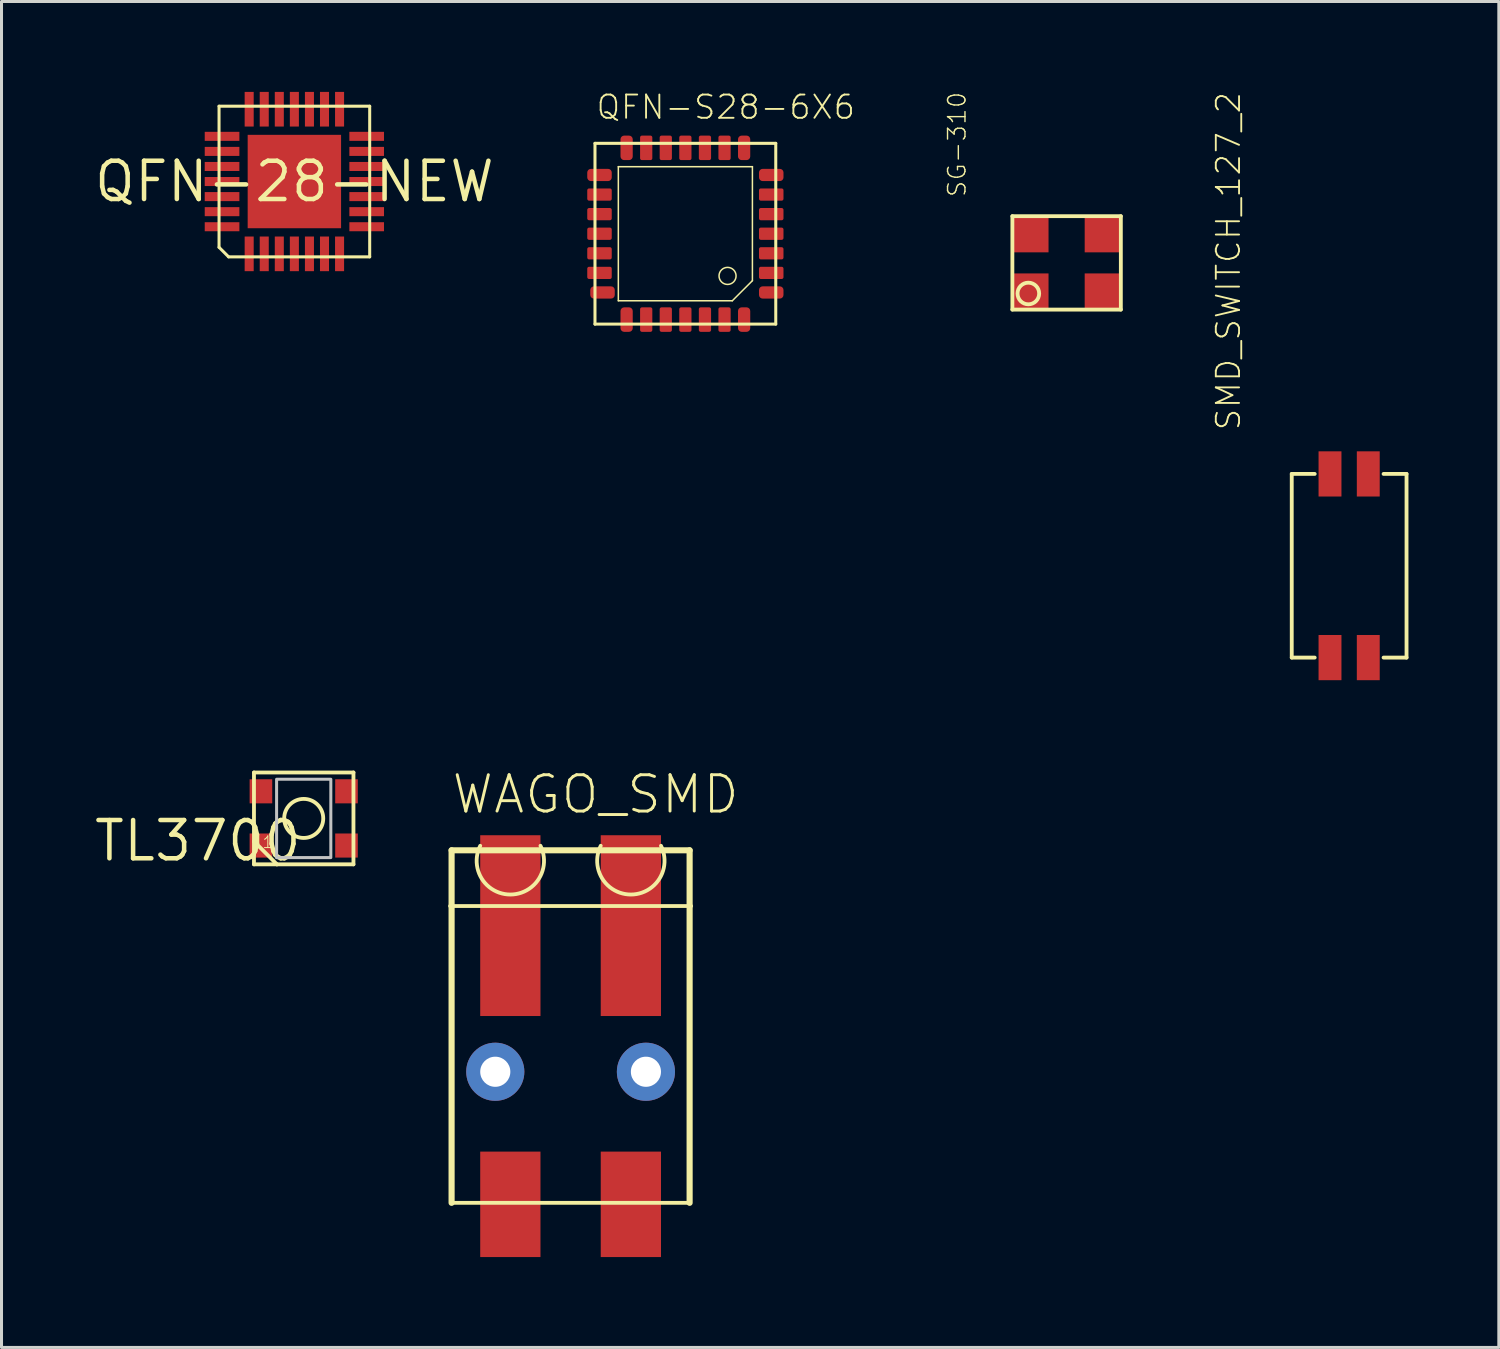
<source format=kicad_pcb>
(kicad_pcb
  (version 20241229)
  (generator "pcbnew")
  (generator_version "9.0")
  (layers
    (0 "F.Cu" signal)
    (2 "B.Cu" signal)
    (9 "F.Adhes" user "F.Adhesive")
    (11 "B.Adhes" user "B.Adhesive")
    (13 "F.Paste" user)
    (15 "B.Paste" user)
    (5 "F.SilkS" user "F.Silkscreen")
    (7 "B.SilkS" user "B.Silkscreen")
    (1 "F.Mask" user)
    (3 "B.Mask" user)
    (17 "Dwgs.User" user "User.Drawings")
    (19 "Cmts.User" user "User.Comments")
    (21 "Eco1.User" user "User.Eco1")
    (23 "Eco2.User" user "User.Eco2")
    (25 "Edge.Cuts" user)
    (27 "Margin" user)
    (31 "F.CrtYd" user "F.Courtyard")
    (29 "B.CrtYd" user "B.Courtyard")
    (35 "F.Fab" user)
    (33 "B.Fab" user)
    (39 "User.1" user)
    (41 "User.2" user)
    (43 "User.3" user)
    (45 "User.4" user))
  (footprint "TL3700"
    (layer "F.Cu")
    (at 7.03 24.113)
    (property "Reference" "TL3700" (at 0 0 0) (layer "F.SilkS") (effects (font (size 1.27 1.27) (thickness 0.15)) (justify right top)))
    (attr through_hole)
    (fp_line (start -1.651 -1.524) (end 1.651 -1.524) (stroke (width 0.127) (type solid)) (layer "F.SilkS"))
    (fp_line (start -1.651 0.762) (end -1.651 -1.524) (stroke (width 0.127) (type solid)) (layer "F.SilkS"))
    (fp_line (start -1.651 0.762) (end -0.889 1.524) (stroke (width 0.127) (type solid)) (layer "F.SilkS"))
    (fp_line (start -1.651 1.524) (end -1.651 0.762) (stroke (width 0.127) (type solid)) (layer "F.SilkS"))
    (fp_line (start -0.889 1.524) (end -1.651 1.524) (stroke (width 0.127) (type solid)) (layer "F.SilkS"))
    (fp_line (start 1.651 -1.524) (end 1.651 1.524) (stroke (width 0.127) (type solid)) (layer "F.SilkS"))
    (fp_line (start 1.651 1.524) (end -0.889 1.524) (stroke (width 0.127) (type solid)) (layer "F.SilkS"))
    (fp_circle (center 0 0) (end 0.648 0) (stroke (width 0.127) (type solid)) (fill no) (layer "F.SilkS"))
    (fp_poly (pts (xy -0.9 1.3) (xy 0.9 1.3) (xy 0.9 -1.3) (xy -0.9 -1.3)) (stroke (width 0.1) (type solid)) (fill no) (layer "Dwgs.User"))
    (fp_text user "1" (at -1.397 1.016 0) (layer "F.SilkS") (effects (font (size 0.386 0.386) (thickness 0.033)) (justify left bottom)))
    (pad "1" smd rect (at -1.42 0.9 90) (size 0.8 0.75) (layers "F.Cu" "F.Mask" "F.Paste"))
    (pad "2" smd rect (at 1.42 0.9 90) (size 0.8 0.75) (layers "F.Cu" "F.Mask" "F.Paste"))
    (pad "3" smd rect (at -1.42 -0.9 90) (size 0.8 0.75) (layers "F.Cu" "F.Mask" "F.Paste"))
    (pad "4" smd rect (at 1.42 -0.9 90) (size 0.8 0.75) (layers "F.Cu" "F.Mask" "F.Paste")))
  (footprint "QFN-28-NEW"
    (layer "F.Cu")
    (at 6.72 2.975)
    (property "Reference" "QFN-28-NEW" (at 0 0 0) (layer "F.SilkS") (effects (font (size 1.27 1.27) (thickness 0.15))))
    (attr through_hole)
    (fp_line (start -2.5 -2.5) (end 2.5 -2.5) (stroke (width 0.1) (type solid)) (layer "F.SilkS"))
    (fp_line (start -2.5 2.183) (end -2.5 -2.5) (stroke (width 0.1) (type solid)) (layer "F.SilkS"))
    (fp_line (start -2.183 2.5) (end -2.5 2.183) (stroke (width 0.1) (type solid)) (layer "F.SilkS"))
    (fp_line (start 2.5 -2.5) (end 2.5 2.5) (stroke (width 0.1) (type solid)) (layer "F.SilkS"))
    (fp_line (start 2.5 2.5) (end -2.183 2.5) (stroke (width 0.1) (type solid)) (layer "F.SilkS"))
    (pad "1" smd rect (at -1.5 2.4 270) (size 1.15 0.3) (layers "F.Cu" "F.Mask" "F.Paste"))
    (pad "2" smd rect (at -1 2.4 270) (size 1.15 0.3) (layers "F.Cu" "F.Mask" "F.Paste"))
    (pad "3" smd rect (at -0.5 2.4 270) (size 1.15 0.3) (layers "F.Cu" "F.Mask" "F.Paste"))
    (pad "4" smd rect (at 0 2.4 270) (size 1.15 0.3) (layers "F.Cu" "F.Mask" "F.Paste"))
    (pad "5" smd rect (at 0.5 2.4 270) (size 1.15 0.3) (layers "F.Cu" "F.Mask" "F.Paste"))
    (pad "6" smd rect (at 1 2.4 270) (size 1.15 0.3) (layers "F.Cu" "F.Mask" "F.Paste"))
    (pad "7" smd rect (at 1.5 2.4 270) (size 1.15 0.3) (layers "F.Cu" "F.Mask" "F.Paste"))
    (pad "8" smd rect (at 2.4 1.5) (size 1.15 0.3) (layers "F.Cu" "F.Mask" "F.Paste"))
    (pad "9" smd rect (at 2.4 1) (size 1.15 0.3) (layers "F.Cu" "F.Mask" "F.Paste"))
    (pad "10" smd rect (at 2.4 0.5) (size 1.15 0.3) (layers "F.Cu" "F.Mask" "F.Paste"))
    (pad "11" smd rect (at 2.4 0) (size 1.15 0.3) (layers "F.Cu" "F.Mask" "F.Paste"))
    (pad "12" smd rect (at 2.4 -0.5) (size 1.15 0.3) (layers "F.Cu" "F.Mask" "F.Paste"))
    (pad "13" smd rect (at 2.4 -1) (size 1.15 0.3) (layers "F.Cu" "F.Mask" "F.Paste"))
    (pad "14" smd rect (at 2.4 -1.5) (size 1.15 0.3) (layers "F.Cu" "F.Mask" "F.Paste"))
    (pad "15" smd rect (at 1.5 -2.4 90) (size 1.15 0.3) (layers "F.Cu" "F.Mask" "F.Paste"))
    (pad "16" smd rect (at 1 -2.4 90) (size 1.15 0.3) (layers "F.Cu" "F.Mask" "F.Paste"))
    (pad "17" smd rect (at 0.5 -2.4 90) (size 1.15 0.3) (layers "F.Cu" "F.Mask" "F.Paste"))
    (pad "18" smd rect (at 0 -2.4 90) (size 1.15 0.3) (layers "F.Cu" "F.Mask" "F.Paste"))
    (pad "19" smd rect (at -0.5 -2.4 90) (size 1.15 0.3) (layers "F.Cu" "F.Mask" "F.Paste"))
    (pad "20" smd rect (at -1 -2.4 90) (size 1.15 0.3) (layers "F.Cu" "F.Mask" "F.Paste"))
    (pad "21" smd rect (at -1.5 -2.4 90) (size 1.15 0.3) (layers "F.Cu" "F.Mask" "F.Paste"))
    (pad "22" smd rect (at -2.4 -1.5 180) (size 1.15 0.3) (layers "F.Cu" "F.Mask" "F.Paste"))
    (pad "23" smd rect (at -2.4 -1 180) (size 1.15 0.3) (layers "F.Cu" "F.Mask" "F.Paste"))
    (pad "24" smd rect (at -2.4 -0.5 180) (size 1.15 0.3) (layers "F.Cu" "F.Mask" "F.Paste"))
    (pad "25" smd rect (at -2.4 0 180) (size 1.15 0.3) (layers "F.Cu" "F.Mask" "F.Paste"))
    (pad "26" smd rect (at -2.4 0.5 180) (size 1.15 0.3) (layers "F.Cu" "F.Mask" "F.Paste"))
    (pad "27" smd rect (at -2.4 1 180) (size 1.15 0.3) (layers "F.Cu" "F.Mask" "F.Paste"))
    (pad "28" smd rect (at -2.4 1.5 180) (size 1.15 0.3) (layers "F.Cu" "F.Mask" "F.Paste"))
    (pad "29" smd rect (at 0 0) (size 3.1 3.1) (layers "F.Cu" "F.Mask" "F.Paste")))
  (footprint "SMD_SWITCH_127_2"
    (layer "F.Cu")
    (at 41.731 15.717)
    (property "Reference" "SMD_SWITCH_127_2" (at -3.56 -4.435 270) (layer "F.SilkS") (effects (font (size 0.772 0.772) (thickness 0.062)) (justify left bottom)))
    (attr through_hole)
    (fp_line (start -1.909 -3.038) (end -1.909 3.058) (stroke (width 0.127) (type solid)) (layer "F.SilkS"))
    (fp_line (start -1.909 3.058) (end -1.147 3.058) (stroke (width 0.127) (type solid)) (layer "F.SilkS"))
    (fp_line (start -1.147 -3.038) (end -1.909 -3.038) (stroke (width 0.127) (type solid)) (layer "F.SilkS"))
    (fp_line (start 1.139 -3.038) (end 1.901 -3.038) (stroke (width 0.127) (type solid)) (layer "F.SilkS"))
    (fp_line (start 1.901 -3.038) (end 1.901 3.058) (stroke (width 0.127) (type solid)) (layer "F.SilkS"))
    (fp_line (start 1.901 3.058) (end 1.139 3.058) (stroke (width 0.127) (type solid)) (layer "F.SilkS"))
    (pad "1" smd rect (at -0.639 3.058 90) (size 1.5 0.76) (layers "F.Cu" "F.Mask" "F.Paste"))
    (pad "2" smd rect (at 0.631 3.058 90) (size 1.5 0.76) (layers "F.Cu" "F.Mask" "F.Paste"))
    (pad "3" smd rect (at 0.631 -3.038 90) (size 1.5 0.76) (layers "F.Cu" "F.Mask" "F.Paste"))
    (pad "4" smd rect (at -0.639 -3.038 90) (size 1.5 0.76) (layers "F.Cu" "F.Mask" "F.Paste")))
  (footprint "SG-310"
    (layer "F.Cu")
    (at 32.35 5.675)
    (property "Reference" "SG-310" (at -3.3 -2.15 90) (layer "F.SilkS") (effects (font (size 0.579 0.579) (thickness 0.046)) (justify left bottom)))
    (attr through_hole)
    (fp_line (start -1.8 -1.55) (end 1.8 -1.55) (stroke (width 0.127) (type solid)) (layer "F.SilkS"))
    (fp_line (start -1.8 1.55) (end -1.8 -1.55) (stroke (width 0.127) (type solid)) (layer "F.SilkS"))
    (fp_line (start 1.8 -1.55) (end 1.8 1.55) (stroke (width 0.127) (type solid)) (layer "F.SilkS"))
    (fp_line (start 1.8 1.55) (end -1.8 1.55) (stroke (width 0.127) (type solid)) (layer "F.SilkS"))
    (fp_circle (center -1.27 1.016) (end -0.911 1.016) (stroke (width 0.127) (type solid)) (fill no) (layer "F.SilkS"))
    (pad "1" smd rect (at -1.2 0.95) (size 1.2 1.2) (layers "F.Cu" "F.Mask" "F.Paste"))
    (pad "2" smd rect (at 1.2 0.95) (size 1.2 1.2) (layers "F.Cu" "F.Mask" "F.Paste"))
    (pad "3" smd rect (at 1.2 -0.95) (size 1.2 1.2) (layers "F.Cu" "F.Mask" "F.Paste"))
    (pad "4" smd rect (at -1.2 -0.95 90) (size 1.2 1.2) (layers "F.Cu" "F.Mask" "F.Paste")))
  (footprint "WAGO_SMD"
    (layer "F.Cu")
    (at 15.888 31.021)
    (property "Reference" "WAGO_SMD" (at -4 -7 180) (layer "F.SilkS") (effects (font (size 1.206 1.206) (thickness 0.097)) (justify left bottom)))
    (attr through_hole)
    (fp_line (start -4 -4) (end 4 -4) (stroke (width 0.127) (type solid)) (layer "F.SilkS"))
    (fp_line (start -3.95 -5.85) (end -3.95 5.85) (stroke (width 0.203) (type solid)) (layer "F.SilkS"))
    (fp_line (start 3.95 -5.85) (end -3.95 -5.85) (stroke (width 0.203) (type solid)) (layer "F.SilkS"))
    (fp_line (start 3.95 5.85) (end -3.95 5.85) (stroke (width 0.127) (type solid)) (layer "F.SilkS"))
    (fp_line (start 3.95 5.85) (end 3.95 -5.85) (stroke (width 0.203) (type solid)) (layer "F.SilkS"))
    (fp_arc (start -1 -6) (mid -2 -4.381966) (end -3 -6) (stroke (width 0.127) (type solid)) (layer "F.SilkS"))
    (fp_arc (start 3 -6) (mid 2 -4.381966) (end 1 -6) (stroke (width 0.127) (type solid)) (layer "F.SilkS"))
    (pad "L1" smd rect (at -2 -3.35 90) (size 6 2) (layers "F.Cu" "F.Mask" "F.Paste"))
    (pad "L2" smd rect (at -2 5.9 90) (size 3.5 2) (layers "F.Cu" "F.Mask" "F.Paste"))
    (pad "L3" thru_hole circle (at -2.5 1.5) (size 1.93 1.93) (drill 1) (layers "*.Cu" "*.Mask"))
    (pad "R1" smd rect (at 2 -3.35 90) (size 6 2) (layers "F.Cu" "F.Mask" "F.Paste"))
    (pad "R2" smd rect (at 2 5.9 90) (size 3.5 2) (layers "F.Cu" "F.Mask" "F.Paste"))
    (pad "R3" thru_hole circle (at 2.5 1.5) (size 1.93 1.93) (drill 1) (layers "*.Cu" "*.Mask")))
  (footprint "QFN-S28-6X6"
    (layer "F.Cu")
    (at 19.697 4.707)
    (property "Reference" "QFN-S28-6X6" (at -3 -3.75 180) (layer "F.SilkS") (effects (font (size 0.772 0.772) (thickness 0.062)) (justify left bottom)))
    (attr through_hole)
    (fp_line (start -3 -3) (end 3 -3) (stroke (width 0.1) (type solid)) (layer "F.SilkS"))
    (fp_line (start -3 3) (end -3 -3) (stroke (width 0.1) (type solid)) (layer "F.SilkS"))
    (fp_line (start -2.225 -2.225) (end 2.225 -2.225) (stroke (width 0.05) (type solid)) (layer "F.SilkS"))
    (fp_line (start -2.225 2.225) (end -2.225 -2.225) (stroke (width 0.05) (type solid)) (layer "F.SilkS"))
    (fp_line (start 1.558 2.225) (end -2.225 2.225) (stroke (width 0.05) (type solid)) (layer "F.SilkS"))
    (fp_line (start 2.225 -2.225) (end 2.225 1.558) (stroke (width 0.05) (type solid)) (layer "F.SilkS"))
    (fp_line (start 2.225 1.558) (end 1.558 2.225) (stroke (width 0.05) (type solid)) (layer "F.SilkS"))
    (fp_line (start 3 -3) (end 3 3) (stroke (width 0.1) (type solid)) (layer "F.SilkS"))
    (fp_line (start 3 3) (end -3 3) (stroke (width 0.1) (type solid)) (layer "F.SilkS"))
    (fp_circle (center 1.4 1.4) (end 1.683 1.4) (stroke (width 0.05) (type solid)) (fill no) (layer "F.SilkS"))
    (pad "1" smd roundrect (at 2.85 1.95) (size 0.813 0.406) (layers "F.Cu" "F.Mask" "F.Paste") (roundrect_rratio 0.3))
    (pad "2" smd roundrect (at 2.85 1.3) (size 0.813 0.406) (layers "F.Cu" "F.Mask" "F.Paste") (roundrect_rratio 0.15))
    (pad "3" smd roundrect (at 2.85 0.65) (size 0.813 0.406) (layers "F.Cu" "F.Mask" "F.Paste") (roundrect_rratio 0.15))
    (pad "4" smd roundrect (at 2.85 0) (size 0.813 0.406) (layers "F.Cu" "F.Mask" "F.Paste") (roundrect_rratio 0.15))
    (pad "5" smd roundrect (at 2.85 -0.65) (size 0.813 0.406) (layers "F.Cu" "F.Mask" "F.Paste") (roundrect_rratio 0.15))
    (pad "6" smd roundrect (at 2.85 -1.3) (size 0.813 0.406) (layers "F.Cu" "F.Mask" "F.Paste") (roundrect_rratio 0.15))
    (pad "7" smd roundrect (at 2.85 -1.95) (size 0.813 0.406) (layers "F.Cu" "F.Mask" "F.Paste") (roundrect_rratio 0.3))
    (pad "8" smd roundrect (at 1.95 -2.85 90) (size 0.813 0.406) (layers "F.Cu" "F.Mask" "F.Paste") (roundrect_rratio 0.3))
    (pad "9" smd roundrect (at 1.3 -2.85 90) (size 0.813 0.406) (layers "F.Cu" "F.Mask" "F.Paste") (roundrect_rratio 0.15))
    (pad "10" smd roundrect (at 0.65 -2.85 90) (size 0.813 0.406) (layers "F.Cu" "F.Mask" "F.Paste") (roundrect_rratio 0.15))
    (pad "11" smd roundrect (at 0 -2.85 90) (size 0.813 0.406) (layers "F.Cu" "F.Mask" "F.Paste") (roundrect_rratio 0.15))
    (pad "12" smd roundrect (at -0.65 -2.85 90) (size 0.813 0.406) (layers "F.Cu" "F.Mask" "F.Paste") (roundrect_rratio 0.15))
    (pad "13" smd roundrect (at -1.3 -2.85 90) (size 0.813 0.406) (layers "F.Cu" "F.Mask" "F.Paste") (roundrect_rratio 0.15))
    (pad "14" smd roundrect (at -1.95 -2.85 90) (size 0.813 0.406) (layers "F.Cu" "F.Mask" "F.Paste") (roundrect_rratio 0.3))
    (pad "15" smd roundrect (at -2.85 -1.95 180) (size 0.813 0.406) (layers "F.Cu" "F.Mask" "F.Paste") (roundrect_rratio 0.3))
    (pad "16" smd roundrect (at -2.85 -1.3 180) (size 0.813 0.406) (layers "F.Cu" "F.Mask" "F.Paste") (roundrect_rratio 0.15))
    (pad "17" smd roundrect (at -2.85 -0.65 180) (size 0.813 0.406) (layers "F.Cu" "F.Mask" "F.Paste") (roundrect_rratio 0.15))
    (pad "18" smd roundrect (at -2.85 0 180) (size 0.813 0.406) (layers "F.Cu" "F.Mask" "F.Paste") (roundrect_rratio 0.15))
    (pad "19" smd roundrect (at -2.85 0.65 180) (size 0.813 0.406) (layers "F.Cu" "F.Mask" "F.Paste") (roundrect_rratio 0.15))
    (pad "20" smd roundrect (at -2.85 1.3 180) (size 0.813 0.406) (layers "F.Cu" "F.Mask" "F.Paste") (roundrect_rratio 0.15))
    (pad "21" smd roundrect (at -2.75 1.95 180) (size 0.813 0.406) (layers "F.Cu" "F.Mask" "F.Paste") (roundrect_rratio 0.3))
    (pad "22" smd roundrect (at -1.95 2.85 270) (size 0.813 0.406) (layers "F.Cu" "F.Mask" "F.Paste") (roundrect_rratio 0.3))
    (pad "23" smd roundrect (at -1.3 2.85 270) (size 0.813 0.406) (layers "F.Cu" "F.Mask" "F.Paste") (roundrect_rratio 0.15))
    (pad "24" smd roundrect (at -0.65 2.85 270) (size 0.813 0.406) (layers "F.Cu" "F.Mask" "F.Paste") (roundrect_rratio 0.15))
    (pad "25" smd roundrect (at 0 2.85 270) (size 0.813 0.406) (layers "F.Cu" "F.Mask" "F.Paste") (roundrect_rratio 0.15))
    (pad "26" smd roundrect (at 0.65 2.85 270) (size 0.813 0.406) (layers "F.Cu" "F.Mask" "F.Paste") (roundrect_rratio 0.15))
    (pad "27" smd roundrect (at 1.3 2.85 270) (size 0.813 0.406) (layers "F.Cu" "F.Mask" "F.Paste") (roundrect_rratio 0.15))
    (pad "28" smd roundrect (at 1.95 2.85 270) (size 0.813 0.406) (layers "F.Cu" "F.Mask" "F.Paste") (roundrect_rratio 0.3)))
  (gr_rect
    (start -3 -3)
    (end 46.695 41.671)
    (stroke (width 0.1) (type default))
    (fill no)
    (layer "Edge.Cuts")))
</source>
